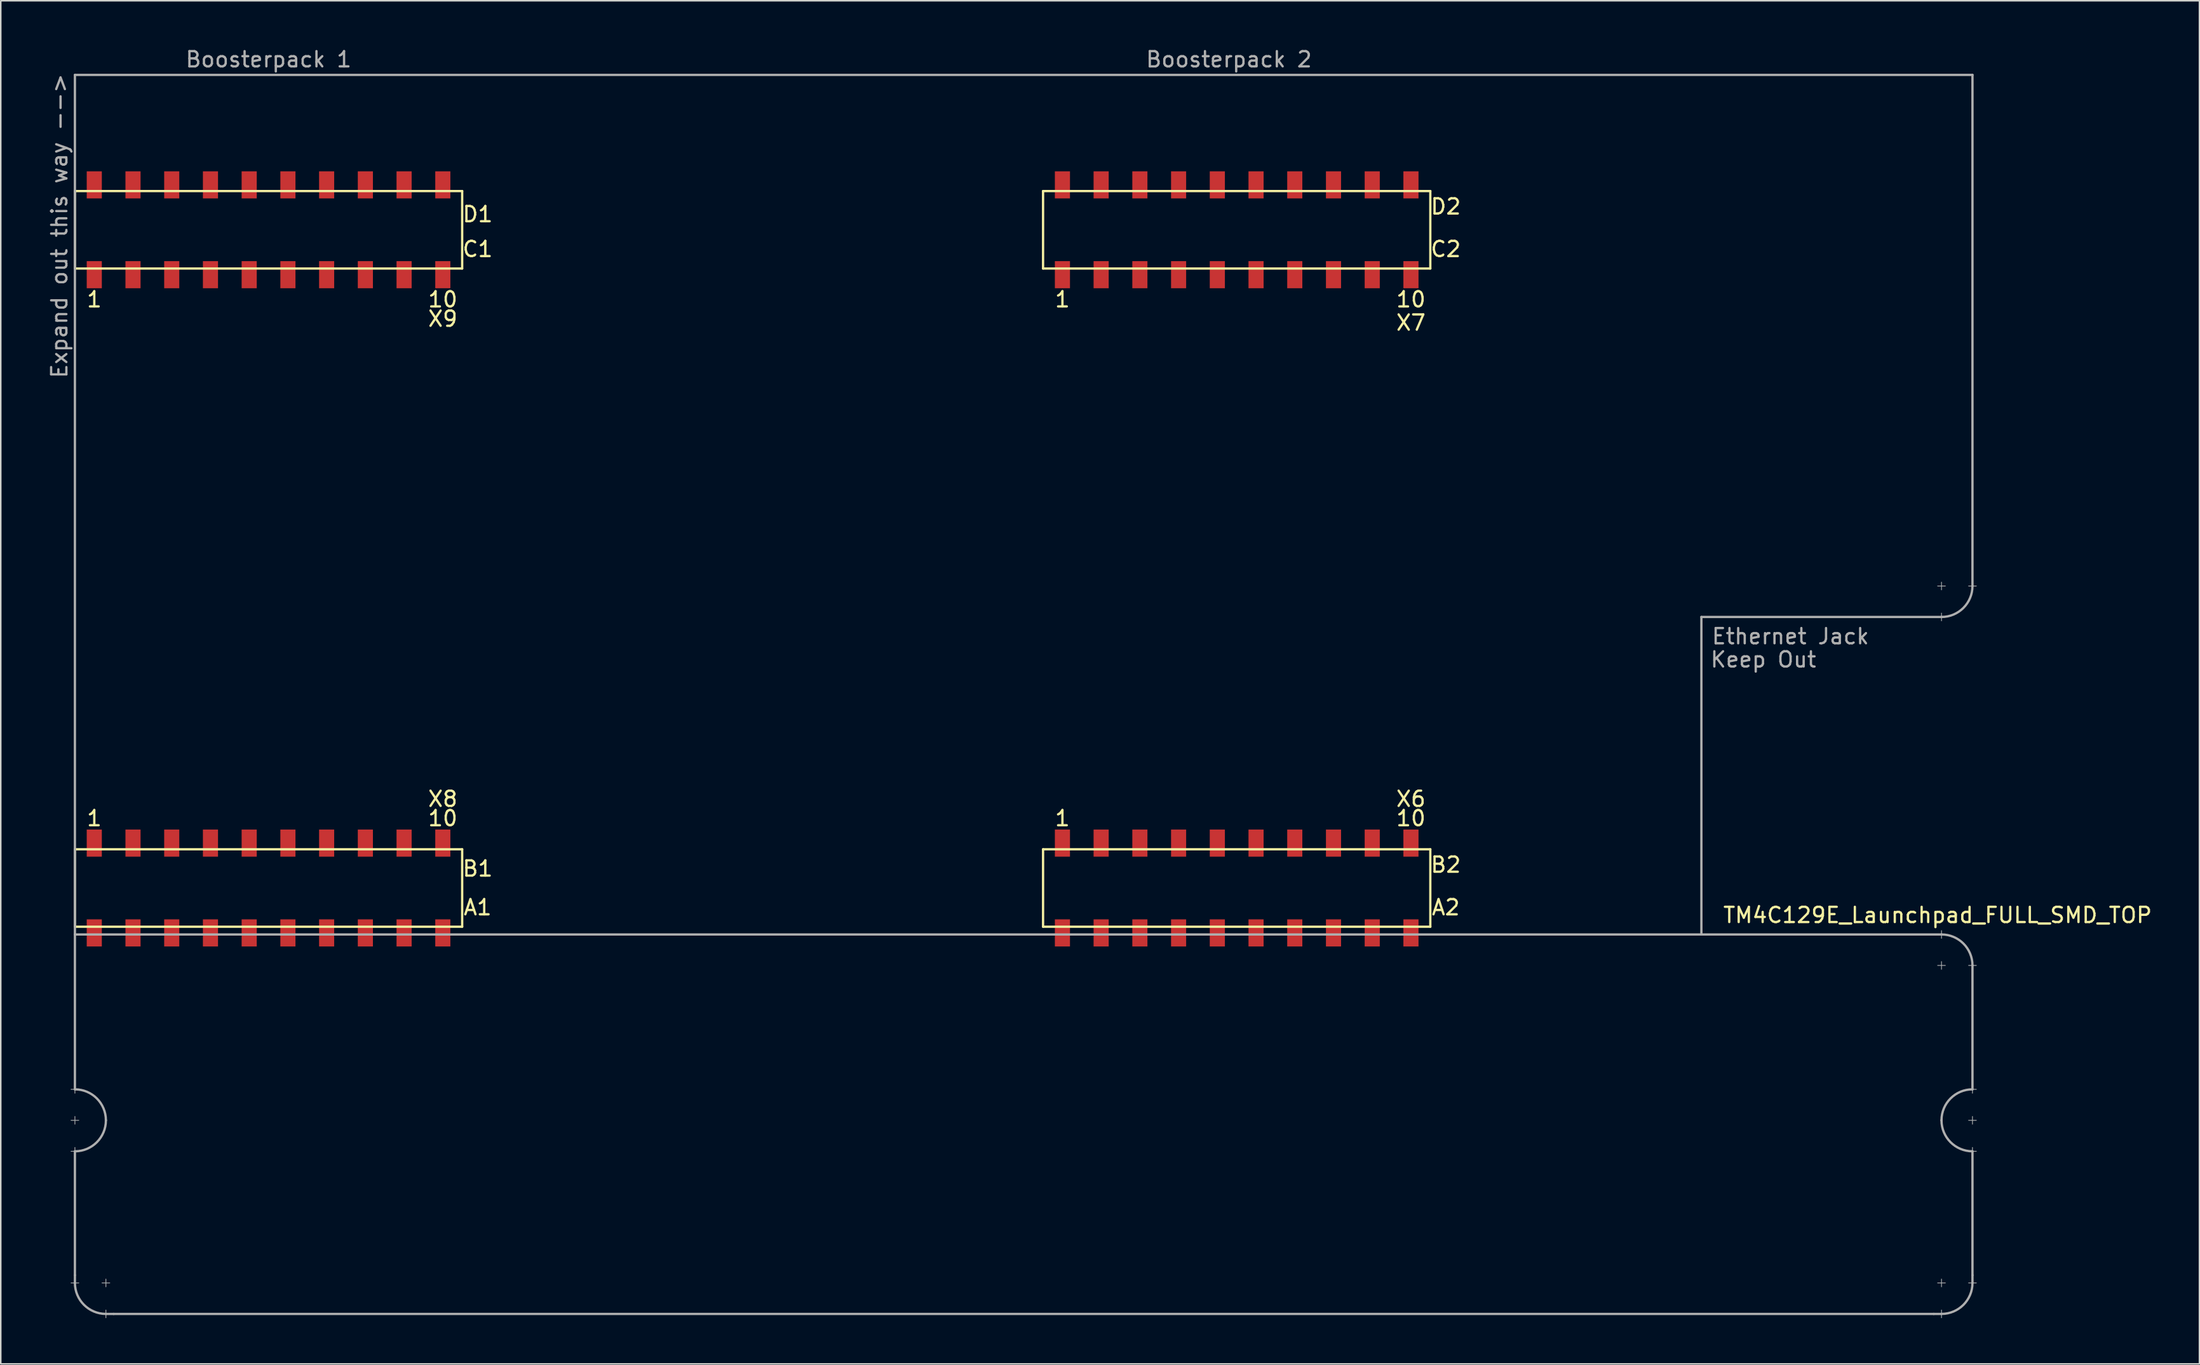
<source format=kicad_pcb>
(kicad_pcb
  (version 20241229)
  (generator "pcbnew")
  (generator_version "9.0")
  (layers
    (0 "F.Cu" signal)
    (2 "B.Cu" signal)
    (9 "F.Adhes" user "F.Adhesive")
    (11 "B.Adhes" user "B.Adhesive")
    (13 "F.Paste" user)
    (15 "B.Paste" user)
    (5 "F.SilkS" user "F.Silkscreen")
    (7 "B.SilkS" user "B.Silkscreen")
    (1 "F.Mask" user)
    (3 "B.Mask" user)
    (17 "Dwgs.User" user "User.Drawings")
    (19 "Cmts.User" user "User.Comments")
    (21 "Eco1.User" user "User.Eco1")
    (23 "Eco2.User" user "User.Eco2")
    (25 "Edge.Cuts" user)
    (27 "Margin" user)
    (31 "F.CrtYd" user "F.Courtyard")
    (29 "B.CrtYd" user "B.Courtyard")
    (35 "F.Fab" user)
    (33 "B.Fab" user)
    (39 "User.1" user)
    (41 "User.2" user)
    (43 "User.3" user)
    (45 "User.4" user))
  (footprint "TM4C129E_Launchpad_FULL_SMD_TOP"
    (layer "F.Cu")
    (at 1.864 57.744)
    (property "Reference" "TM4C129E_Launchpad_FULL_SMD_TOP" (at 122.174 -0.762 180) (layer "F.SilkS") (effects (font (size 1 1) (thickness 0.15))))
    (attr through_hole)
    (fp_line (start 0 -48.26) (end 0 -43.18) (stroke (width 0.15) (type solid)) (layer "F.SilkS"))
    (fp_line (start 0 -43.18) (end 25.4 -43.18) (stroke (width 0.15) (type solid)) (layer "F.SilkS"))
    (fp_line (start 0 -5.08) (end 0 0) (stroke (width 0.15) (type solid)) (layer "F.SilkS"))
    (fp_line (start 0 0) (end 25.4 0) (stroke (width 0.15) (type solid)) (layer "F.SilkS"))
    (fp_line (start 25.4 -48.26) (end 0 -48.26) (stroke (width 0.15) (type solid)) (layer "F.SilkS"))
    (fp_line (start 25.4 -43.18) (end 25.4 -48.26) (stroke (width 0.15) (type solid)) (layer "F.SilkS"))
    (fp_line (start 25.4 -5.08) (end 0 -5.08) (stroke (width 0.15) (type solid)) (layer "F.SilkS"))
    (fp_line (start 25.4 0) (end 25.4 -5.08) (stroke (width 0.15) (type solid)) (layer "F.SilkS"))
    (fp_line (start 63.5 -48.26) (end 63.5 -43.18) (stroke (width 0.15) (type solid)) (layer "F.SilkS"))
    (fp_line (start 63.5 -43.18) (end 88.9 -43.18) (stroke (width 0.15) (type solid)) (layer "F.SilkS"))
    (fp_line (start 63.5 -5.08) (end 63.5 0) (stroke (width 0.15) (type solid)) (layer "F.SilkS"))
    (fp_line (start 63.5 0) (end 88.9 0) (stroke (width 0.15) (type solid)) (layer "F.SilkS"))
    (fp_line (start 88.9 -48.26) (end 63.5 -48.26) (stroke (width 0.15) (type solid)) (layer "F.SilkS"))
    (fp_line (start 88.9 -43.18) (end 88.9 -48.26) (stroke (width 0.15) (type solid)) (layer "F.SilkS"))
    (fp_line (start 88.9 -5.08) (end 63.5 -5.08) (stroke (width 0.15) (type solid)) (layer "F.SilkS"))
    (fp_line (start 88.9 0) (end 88.9 -5.08) (stroke (width 0.15) (type solid)) (layer "F.SilkS"))
    (fp_line (start -0.254 10.668) (end 0.254 10.668) (stroke (width 0.05) (type solid)) (layer "F.Fab"))
    (fp_line (start -0.254 12.7) (end 0.254 12.7) (stroke (width 0.05) (type solid)) (layer "F.Fab"))
    (fp_line (start -0.254 14.732) (end 0.254 14.732) (stroke (width 0.05) (type solid)) (layer "F.Fab"))
    (fp_line (start 0 -55.88) (end 0 0.508) (stroke (width 0.15) (type solid)) (layer "F.Fab"))
    (fp_line (start 0 -55.88) (end 124.46 -55.88) (stroke (width 0.15) (type solid)) (layer "F.Fab"))
    (fp_line (start 0 0.508) (end 122.428 0.508) (stroke (width 0.15) (type solid)) (layer "F.Fab"))
    (fp_line (start 0 10.414) (end 0 10.922) (stroke (width 0.05) (type solid)) (layer "F.Fab"))
    (fp_line (start 0 10.668) (end 0 0.508) (stroke (width 0.15) (type solid)) (layer "F.Fab"))
    (fp_line (start 0 12.446) (end 0 12.954) (stroke (width 0.05) (type solid)) (layer "F.Fab"))
    (fp_line (start 0 14.478) (end 0 14.986) (stroke (width 0.05) (type solid)) (layer "F.Fab"))
    (fp_line (start 0 22.86) (end 0 14.732) (stroke (width 0.15) (type solid)) (layer "F.Fab"))
    (fp_line (start 0 22.86) (end 0 23.368) (stroke (width 0.15) (type solid)) (layer "F.Fab"))
    (fp_line (start 0.254 23.368) (end -0.254 23.368) (stroke (width 0.05) (type solid)) (layer "F.Fab"))
    (fp_line (start 1.778 23.368) (end 2.286 23.368) (stroke (width 0.05) (type solid)) (layer "F.Fab"))
    (fp_line (start 2.032 23.114) (end 2.032 23.622) (stroke (width 0.05) (type solid)) (layer "F.Fab"))
    (fp_line (start 2.032 25.146) (end 2.032 25.654) (stroke (width 0.05) (type solid)) (layer "F.Fab"))
    (fp_line (start 2.032 25.4) (end 2.54 25.4) (stroke (width 0.15) (type solid)) (layer "F.Fab"))
    (fp_line (start 2.54 25.4) (end 121.92 25.4) (stroke (width 0.15) (type solid)) (layer "F.Fab"))
    (fp_line (start 106.68 -20.32) (end 106.68 0.508) (stroke (width 0.15) (type solid)) (layer "F.Fab"))
    (fp_line (start 121.92 25.4) (end 122.428 25.4) (stroke (width 0.15) (type solid)) (layer "F.Fab"))
    (fp_line (start 122.174 -22.352) (end 122.682 -22.352) (stroke (width 0.05) (type solid)) (layer "F.Fab"))
    (fp_line (start 122.174 2.54) (end 122.682 2.54) (stroke (width 0.05) (type solid)) (layer "F.Fab"))
    (fp_line (start 122.174 23.368) (end 122.682 23.368) (stroke (width 0.05) (type solid)) (layer "F.Fab"))
    (fp_line (start 122.428 -22.606) (end 122.428 -22.098) (stroke (width 0.05) (type solid)) (layer "F.Fab"))
    (fp_line (start 122.428 -20.574) (end 122.428 -20.066) (stroke (width 0.05) (type solid)) (layer "F.Fab"))
    (fp_line (start 122.428 -20.32) (end 106.68 -20.32) (stroke (width 0.15) (type solid)) (layer "F.Fab"))
    (fp_line (start 122.428 0.254) (end 122.428 0.762) (stroke (width 0.05) (type solid)) (layer "F.Fab"))
    (fp_line (start 122.428 2.286) (end 122.428 2.794) (stroke (width 0.05) (type solid)) (layer "F.Fab"))
    (fp_line (start 122.428 23.114) (end 122.428 23.622) (stroke (width 0.05) (type solid)) (layer "F.Fab"))
    (fp_line (start 122.428 25.146) (end 122.428 25.654) (stroke (width 0.05) (type solid)) (layer "F.Fab"))
    (fp_line (start 124.206 -22.352) (end 124.714 -22.352) (stroke (width 0.05) (type solid)) (layer "F.Fab"))
    (fp_line (start 124.206 2.54) (end 124.714 2.54) (stroke (width 0.05) (type solid)) (layer "F.Fab"))
    (fp_line (start 124.206 10.668) (end 124.714 10.668) (stroke (width 0.05) (type solid)) (layer "F.Fab"))
    (fp_line (start 124.206 12.7) (end 124.714 12.7) (stroke (width 0.05) (type solid)) (layer "F.Fab"))
    (fp_line (start 124.206 14.732) (end 124.714 14.732) (stroke (width 0.05) (type solid)) (layer "F.Fab"))
    (fp_line (start 124.206 23.368) (end 124.714 23.368) (stroke (width 0.05) (type solid)) (layer "F.Fab"))
    (fp_line (start 124.46 -55.88) (end 124.46 -22.352) (stroke (width 0.15) (type solid)) (layer "F.Fab"))
    (fp_line (start 124.46 10.414) (end 124.46 10.922) (stroke (width 0.05) (type solid)) (layer "F.Fab"))
    (fp_line (start 124.46 10.668) (end 124.46 2.54) (stroke (width 0.15) (type solid)) (layer "F.Fab"))
    (fp_line (start 124.46 12.446) (end 124.46 12.954) (stroke (width 0.05) (type solid)) (layer "F.Fab"))
    (fp_line (start 124.46 14.478) (end 124.46 14.986) (stroke (width 0.05) (type solid)) (layer "F.Fab"))
    (fp_line (start 124.46 14.732) (end 124.46 22.86) (stroke (width 0.15) (type solid)) (layer "F.Fab"))
    (fp_line (start 124.46 23.343) (end 124.46 22.86) (stroke (width 0.15) (type solid)) (layer "F.Fab"))
    (fp_arc (start 0 10.668) (mid 1.436841 11.263159) (end 2.032 12.7) (stroke (width 0.15) (type solid)) (layer "F.Fab"))
    (fp_arc (start 2.032 12.7) (mid 1.436841 14.136841) (end 0 14.732) (stroke (width 0.15) (type solid)) (layer "F.Fab"))
    (fp_arc (start 2.032 25.4) (mid 0.595159 24.804841) (end 0 23.368) (stroke (width 0.15) (type solid)) (layer "F.Fab"))
    (fp_arc (start 122.428 0.508) (mid 123.864841 1.103159) (end 124.46 2.54) (stroke (width 0.15) (type solid)) (layer "F.Fab"))
    (fp_arc (start 122.428 12.7) (mid 123.023159 11.263159) (end 124.46 10.668) (stroke (width 0.15) (type solid)) (layer "F.Fab"))
    (fp_arc (start 124.46 -22.352) (mid 123.864841 -20.915159) (end 122.428 -20.32) (stroke (width 0.15) (type solid)) (layer "F.Fab"))
    (fp_arc (start 124.46 14.732) (mid 123.023159 14.136841) (end 122.428 12.7) (stroke (width 0.15) (type solid)) (layer "F.Fab"))
    (fp_arc (start 124.46 23.368) (mid 123.864841 24.804841) (end 122.428 25.4) (stroke (width 0.15) (type solid)) (layer "F.Fab"))
    (fp_text user "1" (at 1.27 -41.148 180) (layer "F.SilkS") (effects (font (size 1 1) (thickness 0.15))))
    (fp_text user "X6" (at 87.63 -8.382 0) (layer "F.SilkS") (effects (font (size 1 1) (thickness 0.15))))
    (fp_text user "10" (at 87.63 -7.112 180) (layer "F.SilkS") (effects (font (size 1 1) (thickness 0.15))))
    (fp_text user "B1" (at 26.416 -3.81 180) (layer "F.SilkS") (effects (font (size 1 1) (thickness 0.15))))
    (fp_text user "D1" (at 26.416 -46.736 180) (layer "F.SilkS") (effects (font (size 1 1) (thickness 0.15))))
    (fp_text user "X7" (at 87.63 -39.624 180) (layer "F.SilkS") (effects (font (size 1 1) (thickness 0.15))))
    (fp_text user "B2" (at 89.916 -4.064 180) (layer "F.SilkS") (effects (font (size 1 1) (thickness 0.15))))
    (fp_text user "A2" (at 89.916 -1.27 180) (layer "F.SilkS") (effects (font (size 1 1) (thickness 0.15))))
    (fp_text user "X8" (at 24.13 -8.382 180) (layer "F.SilkS") (effects (font (size 1 1) (thickness 0.15))))
    (fp_text user "X9" (at 24.13 -39.878 180) (layer "F.SilkS") (effects (font (size 1 1) (thickness 0.15))))
    (fp_text user "1" (at 64.77 -7.112 180) (layer "F.SilkS") (effects (font (size 1 1) (thickness 0.15))))
    (fp_text user "C2" (at 89.916 -44.45 180) (layer "F.SilkS") (effects (font (size 1 1) (thickness 0.15))))
    (fp_text user "A1" (at 26.416 -1.27 180) (layer "F.SilkS") (effects (font (size 1 1) (thickness 0.15))))
    (fp_text user "1" (at 1.27 -7.112 180) (layer "F.SilkS") (effects (font (size 1 1) (thickness 0.15))))
    (fp_text user "10" (at 87.63 -41.148 180) (layer "F.SilkS") (effects (font (size 1 1) (thickness 0.15))))
    (fp_text user "10" (at 24.13 -7.112 180) (layer "F.SilkS") (effects (font (size 1 1) (thickness 0.15))))
    (fp_text user "D2" (at 89.916 -47.244 0) (layer "F.SilkS") (effects (font (size 1 1) (thickness 0.15))))
    (fp_text user "10" (at 24.13 -41.148 180) (layer "F.SilkS") (effects (font (size 1 1) (thickness 0.15))))
    (fp_text user "1" (at 64.77 -41.148 180) (layer "F.SilkS") (effects (font (size 1 1) (thickness 0.15))))
    (fp_text user "C1" (at 26.416 -44.45 180) (layer "F.SilkS") (effects (font (size 1 1) (thickness 0.15))))
    (fp_text user "Expand out this way -->" (at -1.016 -45.974 90) (layer "F.Fab") (effects (font (size 1 1) (thickness 0.15))))
    (fp_text user "Keep Out" (at 110.744 -17.526 0) (layer "F.Fab") (effects (font (size 1 1) (thickness 0.15))))
    (fp_text user "Boosterpack 1" (at 12.7 -56.896 0) (layer "F.Fab") (effects (font (size 1 1) (thickness 0.15))))
    (fp_text user "Boosterpack 2" (at 75.692 -56.896 0) (layer "F.Fab") (effects (font (size 1 1) (thickness 0.15))))
    (fp_text user "Ethernet Jack" (at 112.522 -19.05 0) (layer "F.Fab") (effects (font (size 1 1) (thickness 0.15))))
    (pad "+3V3" smd rect (at 1.27 0.406 180) (size 0.991 1.778) (layers "F.Cu" "F.Mask" "F.Paste"))
    (pad "+3V3" smd rect (at 64.77 0.406 180) (size 0.991 1.778) (layers "F.Cu" "F.Mask" "F.Paste"))
    (pad "+5V" smd rect (at 1.27 -5.486 180) (size 0.991 1.778) (layers "F.Cu" "F.Mask" "F.Paste"))
    (pad "+5V" smd rect (at 64.77 -5.486 180) (size 0.991 1.778) (layers "F.Cu" "F.Mask" "F.Paste"))
    (pad "GND" smd rect (at 1.27 -48.666 180) (size 0.991 1.778) (layers "F.Cu" "F.Mask" "F.Paste"))
    (pad "GND" smd rect (at 3.81 -5.486 180) (size 0.991 1.778) (layers "F.Cu" "F.Mask" "F.Paste"))
    (pad "GND" smd rect (at 64.77 -48.666 180) (size 0.991 1.778) (layers "F.Cu" "F.Mask" "F.Paste"))
    (pad "GND" smd rect (at 67.31 -5.486 180) (size 0.991 1.778) (layers "F.Cu" "F.Mask" "F.Paste"))
    (pad "PA4" smd rect (at 85.09 -5.486 180) (size 0.991 1.778) (layers "F.Cu" "F.Mask" "F.Paste"))
    (pad "PA5" smd rect (at 87.63 -5.486 180) (size 0.991 1.778) (layers "F.Cu" "F.Mask" "F.Paste"))
    (pad "PA6" smd rect (at 19.05 -5.486 180) (size 0.991 1.778) (layers "F.Cu" "F.Mask" "F.Paste"))
    (pad "PA7" smd rect (at 72.39 -48.666 180) (size 0.991 1.778) (layers "F.Cu" "F.Mask" "F.Paste"))
    (pad "PB2" smd rect (at 21.59 0.406 180) (size 0.991 1.778) (layers "F.Cu" "F.Mask" "F.Paste"))
    (pad "PB3" smd rect (at 24.13 0.406 180) (size 0.991 1.778) (layers "F.Cu" "F.Mask" "F.Paste"))
    (pad "PB4" smd rect (at 69.85 -5.486 180) (size 0.991 1.778) (layers "F.Cu" "F.Mask" "F.Paste"))
    (pad "PB5" smd rect (at 72.39 -5.486 180) (size 0.991 1.778) (layers "F.Cu" "F.Mask" "F.Paste"))
    (pad "PC4" smd rect (at 6.35 0.406 180) (size 0.991 1.778) (layers "F.Cu" "F.Mask" "F.Paste"))
    (pad "PC5" smd rect (at 8.89 0.406 180) (size 0.991 1.778) (layers "F.Cu" "F.Mask" "F.Paste"))
    (pad "PC6" smd rect (at 11.43 0.406 180) (size 0.991 1.778) (layers "F.Cu" "F.Mask" "F.Paste"))
    (pad "PC7" smd rect (at 19.05 0.406 180) (size 0.991 1.778) (layers "F.Cu" "F.Mask" "F.Paste"))
    (pad "PD0" smd rect (at 16.51 -48.666 180) (size 0.991 1.778) (layers "F.Cu" "F.Mask" "F.Paste"))
    (pad "PD1" smd rect (at 13.97 -48.666 180) (size 0.991 1.778) (layers "F.Cu" "F.Mask" "F.Paste"))
    (pad "PD2" smd rect (at 67.31 0.406 180) (size 0.991 1.778) (layers "F.Cu" "F.Mask" "F.Paste"))
    (pad "PD3" smd rect (at 16.51 0.406 180) (size 0.991 1.778) (layers "F.Cu" "F.Mask" "F.Paste"))
    (pad "PD4" smd rect (at 74.93 0.406 180) (size 0.991 1.778) (layers "F.Cu" "F.Mask" "F.Paste"))
    (pad "PD5" smd rect (at 77.47 0.406 180) (size 0.991 1.778) (layers "F.Cu" "F.Mask" "F.Paste"))
    (pad "PD7" smd rect (at 16.51 -5.486 180) (size 0.991 1.778) (layers "F.Cu" "F.Mask" "F.Paste"))
    (pad "PE0" smd rect (at 6.35 -5.486 180) (size 0.991 1.778) (layers "F.Cu" "F.Mask" "F.Paste"))
    (pad "PE1" smd rect (at 8.89 -5.486 180) (size 0.991 1.778) (layers "F.Cu" "F.Mask" "F.Paste"))
    (pad "PE2" smd rect (at 11.43 -5.486 180) (size 0.991 1.778) (layers "F.Cu" "F.Mask" "F.Paste"))
    (pad "PE3" smd rect (at 13.97 -5.486 180) (size 0.991 1.778) (layers "F.Cu" "F.Mask" "F.Paste"))
    (pad "PE4" smd rect (at 3.81 0.406 180) (size 0.991 1.778) (layers "F.Cu" "F.Mask" "F.Paste"))
    (pad "PE5" smd rect (at 13.97 0.406 180) (size 0.991 1.778) (layers "F.Cu" "F.Mask" "F.Paste"))
    (pad "PF1" smd rect (at 1.27 -42.774 180) (size 0.991 1.778) (layers "F.Cu" "F.Mask" "F.Paste"))
    (pad "PF2" smd rect (at 3.81 -42.774 180) (size 0.991 1.778) (layers "F.Cu" "F.Mask" "F.Paste"))
    (pad "PF3" smd rect (at 6.35 -42.774 180) (size 0.991 1.778) (layers "F.Cu" "F.Mask" "F.Paste"))
    (pad "PG0" smd rect (at 8.89 -42.774 180) (size 0.991 1.778) (layers "F.Cu" "F.Mask" "F.Paste"))
    (pad "PG1" smd rect (at 64.77 -42.774 180) (size 0.991 1.778) (layers "F.Cu" "F.Mask" "F.Paste"))
    (pad "PH0" smd rect (at 80.01 -42.774 180) (size 0.991 1.778) (layers "F.Cu" "F.Mask" "F.Paste"))
    (pad "PH1" smd rect (at 82.55 -42.774 180) (size 0.991 1.778) (layers "F.Cu" "F.Mask" "F.Paste"))
    (pad "PH2" smd rect (at 6.35 -48.666 180) (size 0.991 1.778) (layers "F.Cu" "F.Mask" "F.Paste"))
    (pad "PH3" smd rect (at 8.89 -48.666 180) (size 0.991 1.778) (layers "F.Cu" "F.Mask" "F.Paste"))
    (pad "PK0" smd rect (at 74.93 -5.486 180) (size 0.991 1.778) (layers "F.Cu" "F.Mask" "F.Paste"))
    (pad "PK1" smd rect (at 77.47 -5.486 180) (size 0.991 1.778) (layers "F.Cu" "F.Mask" "F.Paste"))
    (pad "PK2" smd rect (at 80.01 -5.486 180) (size 0.991 1.778) (layers "F.Cu" "F.Mask" "F.Paste"))
    (pad "PK3" smd rect (at 82.55 -5.486 180) (size 0.991 1.778) (layers "F.Cu" "F.Mask" "F.Paste"))
    (pad "PK4" smd rect (at 67.31 -42.774 180) (size 0.991 1.778) (layers "F.Cu" "F.Mask" "F.Paste"))
    (pad "PK5" smd rect (at 69.85 -42.774 180) (size 0.991 1.778) (layers "F.Cu" "F.Mask" "F.Paste"))
    (pad "PK6" smd rect (at 85.09 -42.774 180) (size 0.991 1.778) (layers "F.Cu" "F.Mask" "F.Paste"))
    (pad "PK7" smd rect (at 87.63 -42.774 180) (size 0.991 1.778) (layers "F.Cu" "F.Mask" "F.Paste"))
    (pad "PL0" smd rect (at 16.51 -42.774 180) (size 0.991 1.778) (layers "F.Cu" "F.Mask" "F.Paste"))
    (pad "PL1" smd rect (at 19.05 -42.774 180) (size 0.991 1.778) (layers "F.Cu" "F.Mask" "F.Paste"))
    (pad "PL2" smd rect (at 21.59 -42.774 180) (size 0.991 1.778) (layers "F.Cu" "F.Mask" "F.Paste"))
    (pad "PL3" smd rect (at 24.13 -42.774 180) (size 0.991 1.778) (layers "F.Cu" "F.Mask" "F.Paste"))
    (pad "PL4" smd rect (at 11.43 -42.774 180) (size 0.991 1.778) (layers "F.Cu" "F.Mask" "F.Paste"))
    (pad "PL5" smd rect (at 13.97 -42.774 180) (size 0.991 1.778) (layers "F.Cu" "F.Mask" "F.Paste"))
    (pad "PM0" smd rect (at 72.39 -42.774 180) (size 0.991 1.778) (layers "F.Cu" "F.Mask" "F.Paste"))
    (pad "PM1" smd rect (at 74.93 -42.774 180) (size 0.991 1.778) (layers "F.Cu" "F.Mask" "F.Paste"))
    (pad "PM2" smd rect (at 77.47 -42.774 180) (size 0.991 1.778) (layers "F.Cu" "F.Mask" "F.Paste"))
    (pad "PM3" smd rect (at 3.81 -48.666 180) (size 0.991 1.778) (layers "F.Cu" "F.Mask" "F.Paste"))
    (pad "PM4" smd rect (at 21.59 -5.486 180) (size 0.991 1.778) (layers "F.Cu" "F.Mask" "F.Paste"))
    (pad "PM5" smd rect (at 24.13 -5.486 180) (size 0.991 1.778) (layers "F.Cu" "F.Mask" "F.Paste"))
    (pad "PM6" smd rect (at 87.63 -48.666 180) (size 0.991 1.778) (layers "F.Cu" "F.Mask" "F.Paste"))
    (pad "PM7" smd rect (at 67.31 -48.666 180) (size 0.991 1.778) (layers "F.Cu" "F.Mask" "F.Paste"))
    (pad "PN2" smd rect (at 19.05 -48.666 180) (size 0.991 1.778) (layers "F.Cu" "F.Mask" "F.Paste"))
    (pad "PN3" smd rect (at 21.59 -48.666 180) (size 0.991 1.778) (layers "F.Cu" "F.Mask" "F.Paste"))
    (pad "PN4" smd rect (at 87.63 0.406 180) (size 0.991 1.778) (layers "F.Cu" "F.Mask" "F.Paste"))
    (pad "PN5" smd rect (at 85.09 0.406 180) (size 0.991 1.778) (layers "F.Cu" "F.Mask" "F.Paste"))
    (pad "PP0" smd rect (at 69.85 0.406 180) (size 0.991 1.778) (layers "F.Cu" "F.Mask" "F.Paste"))
    (pad "PP1" smd rect (at 72.39 0.406 180) (size 0.991 1.778) (layers "F.Cu" "F.Mask" "F.Paste"))
    (pad "PP2" smd rect (at 24.13 -48.666 180) (size 0.991 1.778) (layers "F.Cu" "F.Mask" "F.Paste"))
    (pad "PP3" smd rect (at 82.55 -48.666 180) (size 0.991 1.778) (layers "F.Cu" "F.Mask" "F.Paste"))
    (pad "PP4" smd rect (at 82.55 0.406 180) (size 0.991 1.778) (layers "F.Cu" "F.Mask" "F.Paste"))
    (pad "PP5" smd rect (at 69.85 -48.666 180) (size 0.991 1.778) (layers "F.Cu" "F.Mask" "F.Paste"))
    (pad "PQ0" smd rect (at 80.01 0.406 180) (size 0.991 1.778) (layers "F.Cu" "F.Mask" "F.Paste"))
    (pad "PQ1" smd rect (at 85.09 -48.666 180) (size 0.991 1.778) (layers "F.Cu" "F.Mask" "F.Paste"))
    (pad "PQ2" smd rect (at 77.47 -48.666 180) (size 0.991 1.778) (layers "F.Cu" "F.Mask" "F.Paste"))
    (pad "PQ3" smd rect (at 80.01 -48.666 180) (size 0.991 1.778) (layers "F.Cu" "F.Mask" "F.Paste"))
    (pad "Rese" smd rect (at 11.43 -48.666 180) (size 0.991 1.778) (layers "F.Cu" "F.Mask" "F.Paste"))
    (pad "Rese" smd rect (at 74.93 -48.666 180) (size 0.991 1.778) (layers "F.Cu" "F.Mask" "F.Paste")))
  (gr_rect
    (start -3 -3)
    (end 141.211 86.423)
    (stroke (width 0.1) (type default))
    (fill no)
    (layer "Edge.Cuts")))
</source>
